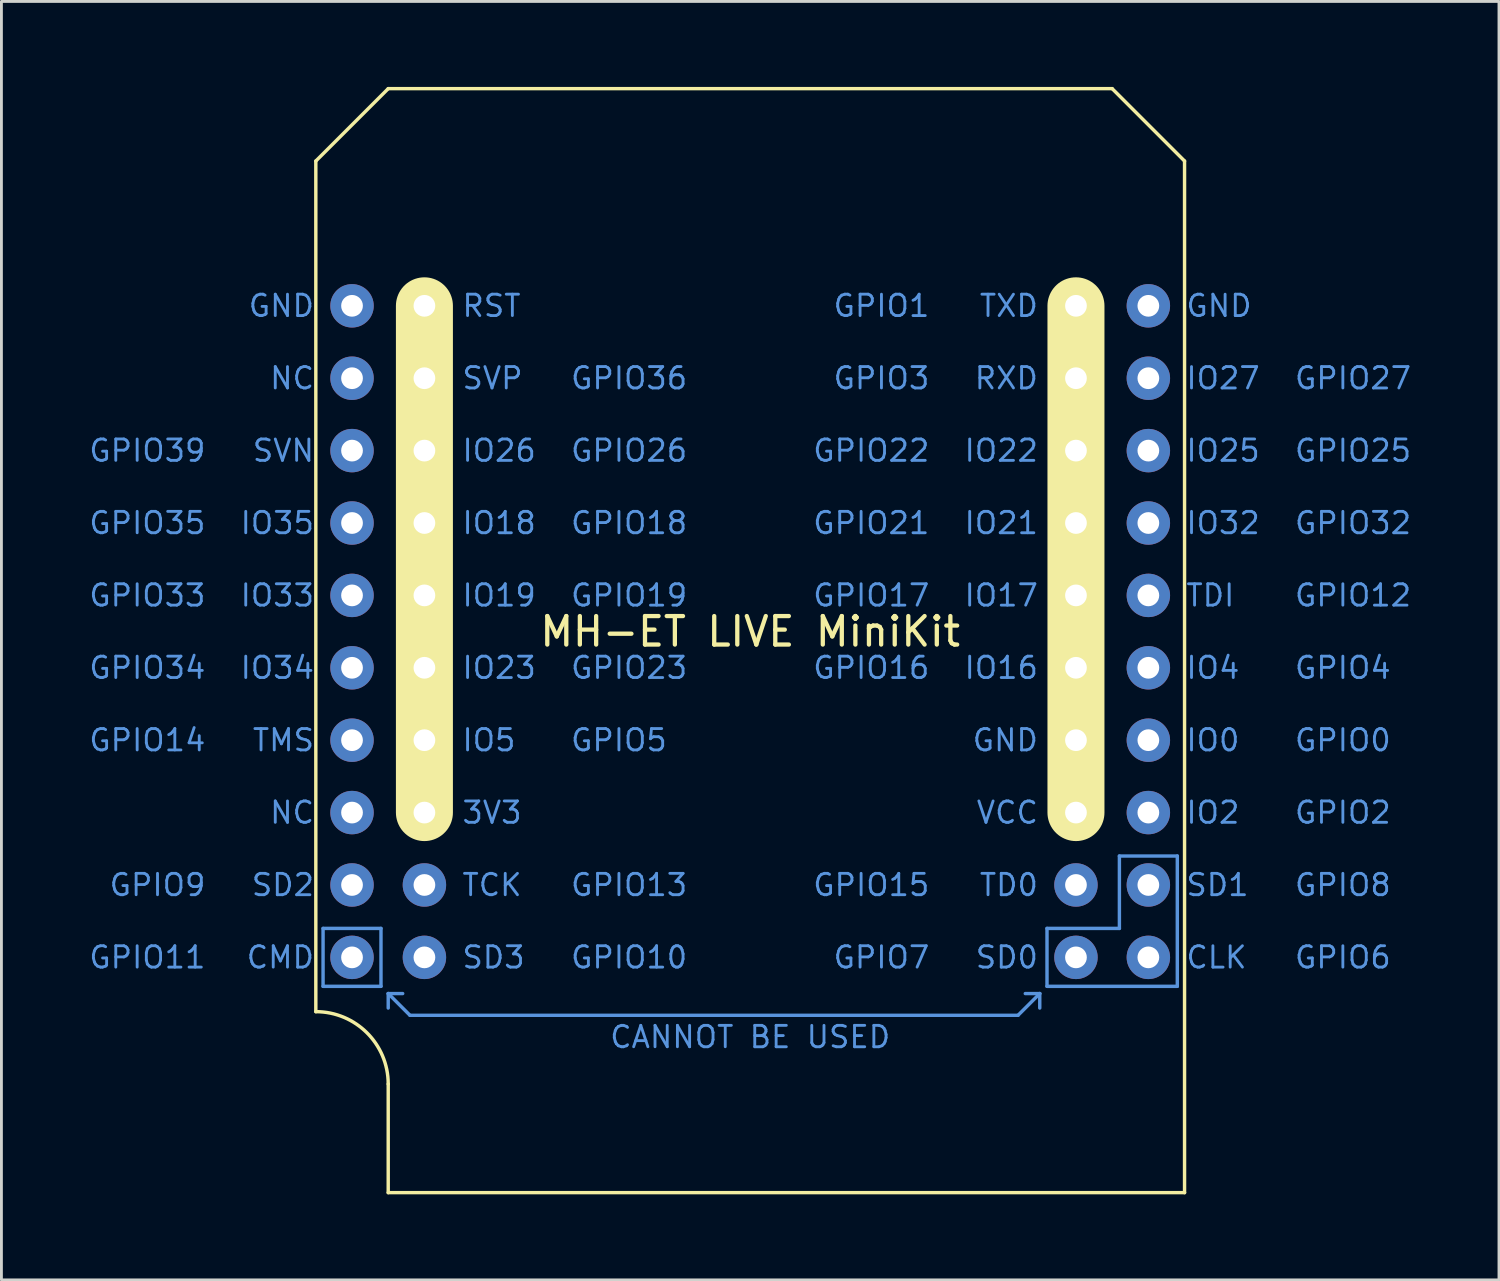
<source format=kicad_pcb>
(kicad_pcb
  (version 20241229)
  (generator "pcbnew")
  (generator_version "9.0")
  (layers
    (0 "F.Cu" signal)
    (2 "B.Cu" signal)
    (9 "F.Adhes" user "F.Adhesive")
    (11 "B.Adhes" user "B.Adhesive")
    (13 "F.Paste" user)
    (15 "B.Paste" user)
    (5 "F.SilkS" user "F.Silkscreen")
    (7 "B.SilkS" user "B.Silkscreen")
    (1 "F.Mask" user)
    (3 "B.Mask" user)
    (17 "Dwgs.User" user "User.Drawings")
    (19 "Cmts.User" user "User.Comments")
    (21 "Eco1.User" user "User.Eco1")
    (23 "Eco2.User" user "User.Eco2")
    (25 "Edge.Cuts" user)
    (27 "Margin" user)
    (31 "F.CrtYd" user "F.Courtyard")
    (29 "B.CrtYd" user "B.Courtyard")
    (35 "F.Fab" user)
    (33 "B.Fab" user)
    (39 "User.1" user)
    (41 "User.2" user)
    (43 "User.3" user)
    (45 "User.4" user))
  (footprint "MH-ET LIVE MiniKit"
    (layer "F.Cu")
    (at 23.271 19.11)
    (property "Reference" "MH-ET LIVE MiniKit" (at 0 0 0) (unlocked yes) (layer "F.SilkS") (effects (font (size 1 1) (thickness 0.15))))
    (attr through_hole)
    (fp_line (start -15.24 -16.51) (end -12.7 -19.05) (stroke (width 0.12) (type solid)) (layer "F.SilkS"))
    (fp_line (start -15.24 13.335) (end -15.24 -16.51) (stroke (width 0.12) (type solid)) (layer "F.SilkS"))
    (fp_line (start -12.7 -19.05) (end 12.7 -19.05) (stroke (width 0.12) (type solid)) (layer "F.SilkS"))
    (fp_line (start -12.7 19.685) (end -12.7 15.875) (stroke (width 0.12) (type solid)) (layer "F.SilkS"))
    (fp_line (start -11.43 -11.43) (end -11.43 6.35) (stroke (width 2) (type solid)) (layer "F.SilkS"))
    (fp_line (start 11.43 -11.43) (end 11.43 6.35) (stroke (width 2) (type solid)) (layer "F.SilkS"))
    (fp_line (start 12.7 -19.05) (end 15.24 -16.51) (stroke (width 0.12) (type solid)) (layer "F.SilkS"))
    (fp_line (start 15.24 -16.51) (end 15.24 19.685) (stroke (width 0.12) (type solid)) (layer "F.SilkS"))
    (fp_line (start 15.24 19.685) (end -12.7 19.685) (stroke (width 0.12) (type solid)) (layer "F.SilkS"))
    (fp_arc (start -15.24 13.335) (mid -13.443949 14.078949) (end -12.7 15.875) (stroke (width 0.12) (type solid)) (layer "F.SilkS"))
    (fp_line (start -14.986 10.414) (end -12.954 10.414) (stroke (width 0.12) (type solid)) (layer "Cmts.User"))
    (fp_line (start -14.986 12.446) (end -14.986 10.414) (stroke (width 0.12) (type solid)) (layer "Cmts.User"))
    (fp_line (start -12.954 10.414) (end -12.954 12.446) (stroke (width 0.12) (type solid)) (layer "Cmts.User"))
    (fp_line (start -12.954 12.446) (end -14.986 12.446) (stroke (width 0.12) (type solid)) (layer "Cmts.User"))
    (fp_line (start -12.7 12.7) (end -12.7 13.208) (stroke (width 0.12) (type solid)) (layer "Cmts.User"))
    (fp_line (start -12.7 12.7) (end -11.938 13.462) (stroke (width 0.12) (type solid)) (layer "Cmts.User"))
    (fp_line (start -12.192 12.7) (end -12.7 12.7) (stroke (width 0.12) (type solid)) (layer "Cmts.User"))
    (fp_line (start -11.938 13.462) (end 9.398 13.462) (stroke (width 0.12) (type solid)) (layer "Cmts.User"))
    (fp_line (start 9.398 13.462) (end 10.16 12.7) (stroke (width 0.12) (type solid)) (layer "Cmts.User"))
    (fp_line (start 9.652 12.7) (end 10.16 12.7) (stroke (width 0.12) (type solid)) (layer "Cmts.User"))
    (fp_line (start 10.16 12.7) (end 10.16 13.208) (stroke (width 0.12) (type solid)) (layer "Cmts.User"))
    (fp_line (start 10.414 10.414) (end 12.954 10.414) (stroke (width 0.12) (type solid)) (layer "Cmts.User"))
    (fp_line (start 10.414 12.446) (end 10.414 10.414) (stroke (width 0.12) (type solid)) (layer "Cmts.User"))
    (fp_line (start 12.954 7.874) (end 14.986 7.874) (stroke (width 0.12) (type solid)) (layer "Cmts.User"))
    (fp_line (start 12.954 10.414) (end 12.954 7.874) (stroke (width 0.12) (type solid)) (layer "Cmts.User"))
    (fp_line (start 14.986 7.874) (end 14.986 12.446) (stroke (width 0.12) (type solid)) (layer "Cmts.User"))
    (fp_line (start 14.986 12.446) (end 10.414 12.446) (stroke (width 0.12) (type solid)) (layer "Cmts.User"))
    (fp_text user "GPIO34" (at -19.05 1.27 0) (unlocked yes) (layer "Cmts.User") (effects (font (size 0.75 0.75) (thickness 0.1)) (justify right)))
    (fp_text user "GPIO21" (at 6.35 -3.81 0) (unlocked yes) (layer "Cmts.User") (effects (font (size 0.75 0.75) (thickness 0.1)) (justify right)))
    (fp_text user "SD1" (at 15.24 8.89 0) (unlocked yes) (layer "Cmts.User") (effects (font (size 0.75 0.75) (thickness 0.1)) (justify left)))
    (fp_text user "GPIO26" (at -6.35 -6.35 0) (unlocked yes) (layer "Cmts.User") (effects (font (size 0.75 0.75) (thickness 0.1)) (justify left)))
    (fp_text user "GPIO17" (at 6.35 -1.27 0) (unlocked yes) (layer "Cmts.User") (effects (font (size 0.75 0.75) (thickness 0.1)) (justify right)))
    (fp_text user "GPIO5" (at -6.35 3.81 0) (unlocked yes) (layer "Cmts.User") (effects (font (size 0.75 0.75) (thickness 0.1)) (justify left)))
    (fp_text user "GPIO35" (at -19.05 -3.81 0) (unlocked yes) (layer "Cmts.User") (effects (font (size 0.75 0.75) (thickness 0.1)) (justify right)))
    (fp_text user "TD0" (at 10.16 8.89 0) (unlocked yes) (layer "Cmts.User") (effects (font (size 0.75 0.75) (thickness 0.1)) (justify right)))
    (fp_text user "TMS" (at -15.24 3.81 0) (unlocked yes) (layer "Cmts.User") (effects (font (size 0.75 0.75) (thickness 0.1)) (justify right)))
    (fp_text user "GPIO13" (at -6.35 8.89 0) (unlocked yes) (layer "Cmts.User") (effects (font (size 0.75 0.75) (thickness 0.1)) (justify left)))
    (fp_text user "GPIO11" (at -19.05 11.43 0) (unlocked yes) (layer "Cmts.User") (effects (font (size 0.75 0.75) (thickness 0.1)) (justify right)))
    (fp_text user "NC" (at -15.24 6.35 0) (unlocked yes) (layer "Cmts.User") (effects (font (size 0.75 0.75) (thickness 0.1)) (justify right)))
    (fp_text user "IO18" (at -10.16 -3.81 0) (unlocked yes) (layer "Cmts.User") (effects (font (size 0.75 0.75) (thickness 0.1)) (justify left)))
    (fp_text user "GPIO33" (at -19.05 -1.27 0) (unlocked yes) (layer "Cmts.User") (effects (font (size 0.75 0.75) (thickness 0.1)) (justify right)))
    (fp_text user "IO26" (at -10.16 -6.35 0) (unlocked yes) (layer "Cmts.User") (effects (font (size 0.75 0.75) (thickness 0.1)) (justify left)))
    (fp_text user "GPIO3" (at 6.35 -8.89 0) (unlocked yes) (layer "Cmts.User") (effects (font (size 0.75 0.75) (thickness 0.1)) (justify right)))
    (fp_text user "GPIO7" (at 6.35 11.43 0) (unlocked yes) (layer "Cmts.User") (effects (font (size 0.75 0.75) (thickness 0.1)) (justify right)))
    (fp_text user "GPIO16" (at 6.35 1.27 0) (unlocked yes) (layer "Cmts.User") (effects (font (size 0.75 0.75) (thickness 0.1)) (justify right)))
    (fp_text user "GND" (at 15.24 -11.43 0) (unlocked yes) (layer "Cmts.User") (effects (font (size 0.75 0.75) (thickness 0.1)) (justify left)))
    (fp_text user "SVN" (at -15.24 -6.35 0) (unlocked yes) (layer "Cmts.User") (effects (font (size 0.75 0.75) (thickness 0.1)) (justify right)))
    (fp_text user "IO21" (at 10.16 -3.81 0) (unlocked yes) (layer "Cmts.User") (effects (font (size 0.75 0.75) (thickness 0.1)) (justify right)))
    (fp_text user "IO33" (at -15.24 -1.27 0) (unlocked yes) (layer "Cmts.User") (effects (font (size 0.75 0.75) (thickness 0.1)) (justify right)))
    (fp_text user "IO32" (at 15.24 -3.81 0) (unlocked yes) (layer "Cmts.User") (effects (font (size 0.75 0.75) (thickness 0.1)) (justify left)))
    (fp_text user "RST" (at -10.16 -11.43 0) (unlocked yes) (layer "Cmts.User") (effects (font (size 0.75 0.75) (thickness 0.1)) (justify left)))
    (fp_text user "GPIO25" (at 19.05 -6.35 0) (unlocked yes) (layer "Cmts.User") (effects (font (size 0.75 0.75) (thickness 0.1)) (justify left)))
    (fp_text user "CANNOT BE USED" (at 0 14.224 0) (unlocked yes) (layer "Cmts.User") (effects (font (size 0.75 0.75) (thickness 0.1))))
    (fp_text user "IO5" (at -10.16 3.81 0) (unlocked yes) (layer "Cmts.User") (effects (font (size 0.75 0.75) (thickness 0.1)) (justify left)))
    (fp_text user "GPIO4" (at 19.05 1.27 0) (unlocked yes) (layer "Cmts.User") (effects (font (size 0.75 0.75) (thickness 0.1)) (justify left)))
    (fp_text user "IO4" (at 15.24 1.27 0) (unlocked yes) (layer "Cmts.User") (effects (font (size 0.75 0.75) (thickness 0.1)) (justify left)))
    (fp_text user "GPIO8" (at 19.05 8.89 0) (unlocked yes) (layer "Cmts.User") (effects (font (size 0.75 0.75) (thickness 0.1)) (justify left)))
    (fp_text user "GPIO36" (at -6.35 -8.89 0) (unlocked yes) (layer "Cmts.User") (effects (font (size 0.75 0.75) (thickness 0.1)) (justify left)))
    (fp_text user "GPIO15" (at 6.35 8.89 0) (unlocked yes) (layer "Cmts.User") (effects (font (size 0.75 0.75) (thickness 0.1)) (justify right)))
    (fp_text user "GPIO22" (at 6.35 -6.35 0) (unlocked yes) (layer "Cmts.User") (effects (font (size 0.75 0.75) (thickness 0.1)) (justify right)))
    (fp_text user "GND" (at -15.24 -11.43 0) (unlocked yes) (layer "Cmts.User") (effects (font (size 0.75 0.75) (thickness 0.1)) (justify right)))
    (fp_text user "SD2" (at -15.24 8.89 0) (unlocked yes) (layer "Cmts.User") (effects (font (size 0.75 0.75) (thickness 0.1)) (justify right)))
    (fp_text user "IO19" (at -10.16 -1.27 0) (unlocked yes) (layer "Cmts.User") (effects (font (size 0.75 0.75) (thickness 0.1)) (justify left)))
    (fp_text user "GPIO12" (at 19.05 -1.27 0) (unlocked yes) (layer "Cmts.User") (effects (font (size 0.75 0.75) (thickness 0.1)) (justify left)))
    (fp_text user "SVP" (at -10.16 -8.89 0) (unlocked yes) (layer "Cmts.User") (effects (font (size 0.75 0.75) (thickness 0.1)) (justify left)))
    (fp_text user "IO25" (at 15.24 -6.35 0) (unlocked yes) (layer "Cmts.User") (effects (font (size 0.75 0.75) (thickness 0.1)) (justify left)))
    (fp_text user "GPIO19" (at -6.35 -1.27 0) (unlocked yes) (layer "Cmts.User") (effects (font (size 0.75 0.75) (thickness 0.1)) (justify left)))
    (fp_text user "TCK" (at -10.16 8.89 0) (unlocked yes) (layer "Cmts.User") (effects (font (size 0.75 0.75) (thickness 0.1)) (justify left)))
    (fp_text user "IO2" (at 15.24 6.35 0) (unlocked yes) (layer "Cmts.User") (effects (font (size 0.75 0.75) (thickness 0.1)) (justify left)))
    (fp_text user "GPIO32" (at 19.05 -3.81 0) (unlocked yes) (layer "Cmts.User") (effects (font (size 0.75 0.75) (thickness 0.1)) (justify left)))
    (fp_text user "GPIO10" (at -6.35 11.43 0) (unlocked yes) (layer "Cmts.User") (effects (font (size 0.75 0.75) (thickness 0.1)) (justify left)))
    (fp_text user "GPIO2" (at 19.05 6.35 0) (unlocked yes) (layer "Cmts.User") (effects (font (size 0.75 0.75) (thickness 0.1)) (justify left)))
    (fp_text user "3V3" (at -10.16 6.35 0) (unlocked yes) (layer "Cmts.User") (effects (font (size 0.75 0.75) (thickness 0.1)) (justify left)))
    (fp_text user "GPIO6" (at 19.05 11.43 0) (unlocked yes) (layer "Cmts.User") (effects (font (size 0.75 0.75) (thickness 0.1)) (justify left)))
    (fp_text user "GPIO1" (at 6.35 -11.43 0) (unlocked yes) (layer "Cmts.User") (effects (font (size 0.75 0.75) (thickness 0.1)) (justify right)))
    (fp_text user "SD0" (at 10.16 11.43 0) (unlocked yes) (layer "Cmts.User") (effects (font (size 0.75 0.75) (thickness 0.1)) (justify right)))
    (fp_text user "CLK" (at 15.24 11.43 0) (unlocked yes) (layer "Cmts.User") (effects (font (size 0.75 0.75) (thickness 0.1)) (justify left)))
    (fp_text user "CMD" (at -15.24 11.43 0) (unlocked yes) (layer "Cmts.User") (effects (font (size 0.75 0.75) (thickness 0.1)) (justify right)))
    (fp_text user "GPIO14" (at -19.05 3.81 0) (unlocked yes) (layer "Cmts.User") (effects (font (size 0.75 0.75) (thickness 0.1)) (justify right)))
    (fp_text user "GPIO18" (at -6.35 -3.81 0) (unlocked yes) (layer "Cmts.User") (effects (font (size 0.75 0.75) (thickness 0.1)) (justify left)))
    (fp_text user "IO23" (at -10.16 1.27 0) (unlocked yes) (layer "Cmts.User") (effects (font (size 0.75 0.75) (thickness 0.1)) (justify left)))
    (fp_text user "GND" (at 10.16 3.81 0) (unlocked yes) (layer "Cmts.User") (effects (font (size 0.75 0.75) (thickness 0.1)) (justify right)))
    (fp_text user "GPIO9" (at -19.05 8.89 0) (unlocked yes) (layer "Cmts.User") (effects (font (size 0.75 0.75) (thickness 0.1)) (justify right)))
    (fp_text user "IO34" (at -15.24 1.27 0) (unlocked yes) (layer "Cmts.User") (effects (font (size 0.75 0.75) (thickness 0.1)) (justify right)))
    (fp_text user "IO27" (at 15.24 -8.89 0) (unlocked yes) (layer "Cmts.User") (effects (font (size 0.75 0.75) (thickness 0.1)) (justify left)))
    (fp_text user "GPIO27" (at 19.05 -8.89 0) (unlocked yes) (layer "Cmts.User") (effects (font (size 0.75 0.75) (thickness 0.1)) (justify left)))
    (fp_text user "IO0" (at 15.24 3.81 0) (unlocked yes) (layer "Cmts.User") (effects (font (size 0.75 0.75) (thickness 0.1)) (justify left)))
    (fp_text user "GPIO39" (at -19.05 -6.35 0) (unlocked yes) (layer "Cmts.User") (effects (font (size 0.75 0.75) (thickness 0.1)) (justify right)))
    (fp_text user "VCC" (at 10.16 6.35 0) (unlocked yes) (layer "Cmts.User") (effects (font (size 0.75 0.75) (thickness 0.1)) (justify right)))
    (fp_text user "RXD" (at 10.16 -8.89 0) (unlocked yes) (layer "Cmts.User") (effects (font (size 0.75 0.75) (thickness 0.1)) (justify right)))
    (fp_text user "IO35" (at -15.24 -3.81 0) (unlocked yes) (layer "Cmts.User") (effects (font (size 0.75 0.75) (thickness 0.1)) (justify right)))
    (fp_text user "TDI" (at 15.24 -1.27 0) (unlocked yes) (layer "Cmts.User") (effects (font (size 0.75 0.75) (thickness 0.1)) (justify left)))
    (fp_text user "TXD" (at 10.16 -11.43 0) (unlocked yes) (layer "Cmts.User") (effects (font (size 0.75 0.75) (thickness 0.1)) (justify right)))
    (fp_text user "IO17" (at 10.16 -1.27 0) (unlocked yes) (layer "Cmts.User") (effects (font (size 0.75 0.75) (thickness 0.1)) (justify right)))
    (fp_text user "IO16" (at 10.16 1.27 0) (unlocked yes) (layer "Cmts.User") (effects (font (size 0.75 0.75) (thickness 0.1)) (justify right)))
    (fp_text user "SD3" (at -10.16 11.43 0) (unlocked yes) (layer "Cmts.User") (effects (font (size 0.75 0.75) (thickness 0.1)) (justify left)))
    (fp_text user "IO22" (at 10.16 -6.35 0) (unlocked yes) (layer "Cmts.User") (effects (font (size 0.75 0.75) (thickness 0.1)) (justify right)))
    (fp_text user "NC" (at -15.24 -8.89 0) (unlocked yes) (layer "Cmts.User") (effects (font (size 0.75 0.75) (thickness 0.1)) (justify right)))
    (fp_text user "GPIO0" (at 19.05 3.81 0) (unlocked yes) (layer "Cmts.User") (effects (font (size 0.75 0.75) (thickness 0.1)) (justify left)))
    (fp_text user "GPIO23" (at -6.35 1.27 0) (unlocked yes) (layer "Cmts.User") (effects (font (size 0.75 0.75) (thickness 0.1)) (justify left)))
    (pad "1" thru_hole circle (at -13.97 -11.43) (size 1.524 1.524) (drill 0.762) (layers "*.Cu" "*.Mask"))
    (pad "2" thru_hole circle (at -13.97 -8.89) (size 1.524 1.524) (drill 0.762) (layers "*.Cu" "*.Mask"))
    (pad "3" thru_hole circle (at -13.97 -6.35) (size 1.524 1.524) (drill 0.762) (layers "*.Cu" "*.Mask"))
    (pad "4" thru_hole circle (at -13.97 -3.81) (size 1.524 1.524) (drill 0.762) (layers "*.Cu" "*.Mask"))
    (pad "5" thru_hole circle (at -13.97 -1.27) (size 1.524 1.524) (drill 0.762) (layers "*.Cu" "*.Mask"))
    (pad "6" thru_hole circle (at -13.97 1.27) (size 1.524 1.524) (drill 0.762) (layers "*.Cu" "*.Mask"))
    (pad "7" thru_hole circle (at -13.97 3.81) (size 1.524 1.524) (drill 0.762) (layers "*.Cu" "*.Mask"))
    (pad "8" thru_hole circle (at -13.97 6.35) (size 1.524 1.524) (drill 0.762) (layers "*.Cu" "*.Mask"))
    (pad "9" thru_hole circle (at -13.97 8.89) (size 1.524 1.524) (drill 0.762) (layers "*.Cu" "*.Mask"))
    (pad "10" thru_hole circle (at -13.97 11.43) (size 1.524 1.524) (drill 0.762) (layers "*.Cu" "*.Mask"))
    (pad "11" thru_hole circle (at -11.43 -11.43) (size 1.524 1.524) (drill 0.762) (layers "*.Cu" "*.Mask"))
    (pad "12" thru_hole circle (at -11.43 -8.89) (size 1.524 1.524) (drill 0.762) (layers "*.Cu" "*.Mask"))
    (pad "13" thru_hole circle (at -11.43 -6.35) (size 1.524 1.524) (drill 0.762) (layers "*.Cu" "*.Mask"))
    (pad "14" thru_hole circle (at -11.43 -3.81) (size 1.524 1.524) (drill 0.762) (layers "*.Cu" "*.Mask"))
    (pad "15" thru_hole circle (at -11.43 -1.27) (size 1.524 1.524) (drill 0.762) (layers "*.Cu" "*.Mask"))
    (pad "16" thru_hole circle (at -11.43 1.27) (size 1.524 1.524) (drill 0.762) (layers "*.Cu" "*.Mask"))
    (pad "17" thru_hole circle (at -11.43 3.81) (size 1.524 1.524) (drill 0.762) (layers "*.Cu" "*.Mask"))
    (pad "18" thru_hole circle (at -11.43 6.35) (size 1.524 1.524) (drill 0.762) (layers "*.Cu" "*.Mask"))
    (pad "19" thru_hole circle (at -11.43 8.89) (size 1.524 1.524) (drill 0.762) (layers "*.Cu" "*.Mask"))
    (pad "20" thru_hole circle (at -11.43 11.43) (size 1.524 1.524) (drill 0.762) (layers "*.Cu" "*.Mask"))
    (pad "21" thru_hole circle (at 11.43 -11.43) (size 1.524 1.524) (drill 0.762) (layers "*.Cu" "*.Mask"))
    (pad "22" thru_hole circle (at 11.43 -8.89) (size 1.524 1.524) (drill 0.762) (layers "*.Cu" "*.Mask"))
    (pad "23" thru_hole circle (at 11.43 -6.35) (size 1.524 1.524) (drill 0.762) (layers "*.Cu" "*.Mask"))
    (pad "24" thru_hole circle (at 11.43 -3.81) (size 1.524 1.524) (drill 0.762) (layers "*.Cu" "*.Mask"))
    (pad "25" thru_hole circle (at 11.43 -1.27) (size 1.524 1.524) (drill 0.762) (layers "*.Cu" "*.Mask"))
    (pad "26" thru_hole circle (at 11.43 1.27) (size 1.524 1.524) (drill 0.762) (layers "*.Cu" "*.Mask"))
    (pad "27" thru_hole circle (at 11.43 3.81) (size 1.524 1.524) (drill 0.762) (layers "*.Cu" "*.Mask"))
    (pad "28" thru_hole circle (at 11.43 6.35) (size 1.524 1.524) (drill 0.762) (layers "*.Cu" "*.Mask"))
    (pad "29" thru_hole circle (at 11.43 8.89) (size 1.524 1.524) (drill 0.762) (layers "*.Cu" "*.Mask"))
    (pad "30" thru_hole circle (at 11.43 11.43) (size 1.524 1.524) (drill 0.762) (layers "*.Cu" "*.Mask"))
    (pad "31" thru_hole circle (at 13.97 -11.43) (size 1.524 1.524) (drill 0.762) (layers "*.Cu" "*.Mask"))
    (pad "32" thru_hole circle (at 13.97 -8.89) (size 1.524 1.524) (drill 0.762) (layers "*.Cu" "*.Mask"))
    (pad "33" thru_hole circle (at 13.97 -6.35) (size 1.524 1.524) (drill 0.762) (layers "*.Cu" "*.Mask"))
    (pad "34" thru_hole circle (at 13.97 -3.81) (size 1.524 1.524) (drill 0.762) (layers "*.Cu" "*.Mask"))
    (pad "35" thru_hole circle (at 13.97 -1.27) (size 1.524 1.524) (drill 0.762) (layers "*.Cu" "*.Mask"))
    (pad "36" thru_hole circle (at 13.97 1.27) (size 1.524 1.524) (drill 0.762) (layers "*.Cu" "*.Mask"))
    (pad "37" thru_hole circle (at 13.97 3.81) (size 1.524 1.524) (drill 0.762) (layers "*.Cu" "*.Mask"))
    (pad "38" thru_hole circle (at 13.97 6.35) (size 1.524 1.524) (drill 0.762) (layers "*.Cu" "*.Mask"))
    (pad "39" thru_hole circle (at 13.97 8.89) (size 1.524 1.524) (drill 0.762) (layers "*.Cu" "*.Mask"))
    (pad "40" thru_hole circle (at 13.97 11.43) (size 1.524 1.524) (drill 0.762) (layers "*.Cu" "*.Mask")))
  (gr_rect
    (start -3 -3)
    (end 49.543 41.855)
    (stroke (width 0.1) (type default))
    (fill no)
    (layer "Edge.Cuts")))
</source>
